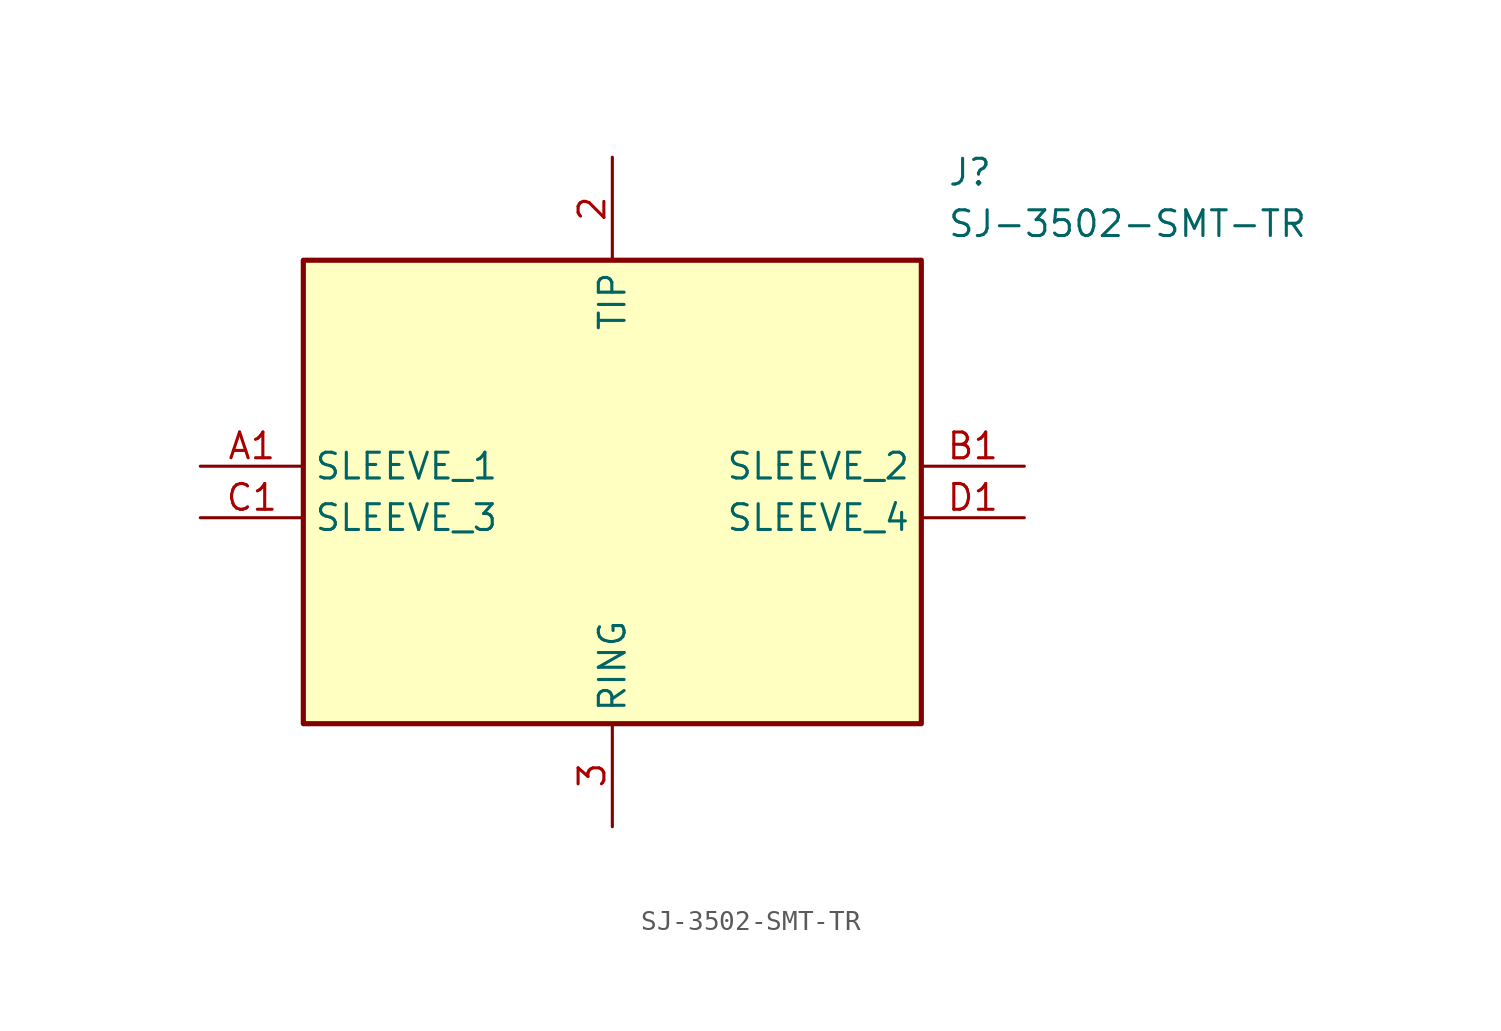
<source format=kicad_sym>
(kicad_symbol_lib
  (version 20211014)
  (generator SamacSys_ECAD_Model)
  (symbol "SJ-3502-SMT-TR"
    (property "Reference" "J"
      (at 36.83 15.24 0)
      (effects (font (size 1.27 1.27)) (justify left top)))
    (property "Value" "SJ-3502-SMT-TR"
      (at 36.83 12.7 0)
      (effects (font (size 1.27 1.27)) (justify left top)))
    (rectangle
      (start 5.08 10.16)
      (end 35.56 -12.7)
      (stroke (width 0.254) (type default))
      (fill (type background)))
    (pin passive line
      (at 20.32 15.24 270)
      (length 5.08)
      (name "TIP" (effects (font (size 1.27 1.27))))
      (number "2" (effects (font (size 1.27 1.27)))))
    (pin passive line
      (at 20.32 -17.78 90)
      (length 5.08)
      (name "RING" (effects (font (size 1.27 1.27))))
      (number "3" (effects (font (size 1.27 1.27)))))
    (pin passive line
      (at 0 0 0)
      (length 5.08)
      (name "SLEEVE_1" (effects (font (size 1.27 1.27))))
      (number "A1" (effects (font (size 1.27 1.27)))))
    (pin passive line
      (at 40.64 0 180)
      (length 5.08)
      (name "SLEEVE_2" (effects (font (size 1.27 1.27))))
      (number "B1" (effects (font (size 1.27 1.27)))))
    (pin passive line
      (at 0 -2.54 0)
      (length 5.08)
      (name "SLEEVE_3" (effects (font (size 1.27 1.27))))
      (number "C1" (effects (font (size 1.27 1.27)))))
    (pin passive line
      (at 40.64 -2.54 180)
      (length 5.08)
      (name "SLEEVE_4" (effects (font (size 1.27 1.27))))
      (number "D1" (effects (font (size 1.27 1.27)))))))
</source>
